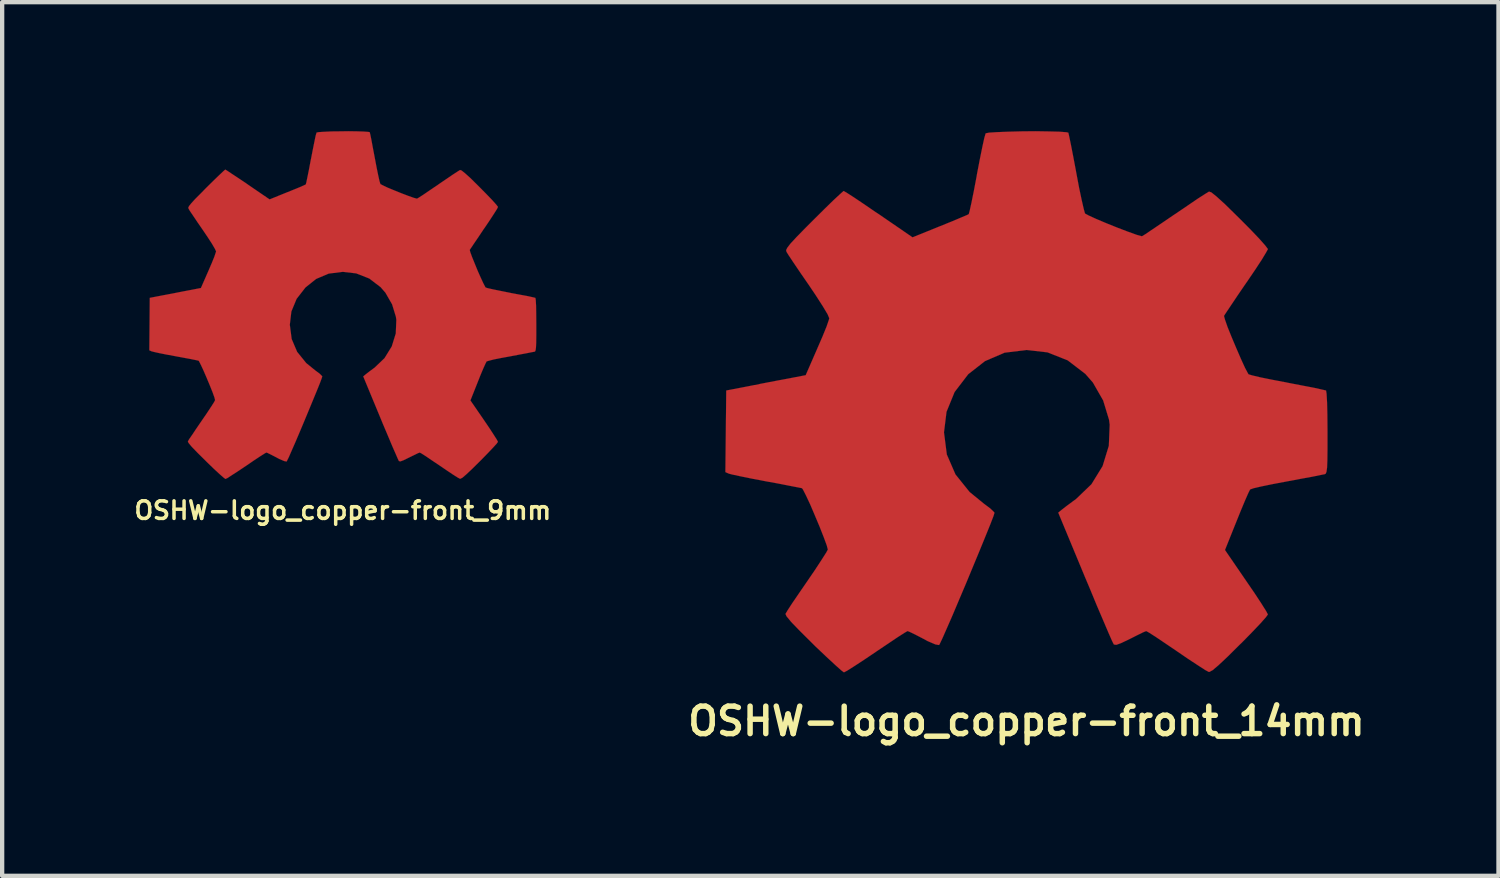
<source format=kicad_pcb>
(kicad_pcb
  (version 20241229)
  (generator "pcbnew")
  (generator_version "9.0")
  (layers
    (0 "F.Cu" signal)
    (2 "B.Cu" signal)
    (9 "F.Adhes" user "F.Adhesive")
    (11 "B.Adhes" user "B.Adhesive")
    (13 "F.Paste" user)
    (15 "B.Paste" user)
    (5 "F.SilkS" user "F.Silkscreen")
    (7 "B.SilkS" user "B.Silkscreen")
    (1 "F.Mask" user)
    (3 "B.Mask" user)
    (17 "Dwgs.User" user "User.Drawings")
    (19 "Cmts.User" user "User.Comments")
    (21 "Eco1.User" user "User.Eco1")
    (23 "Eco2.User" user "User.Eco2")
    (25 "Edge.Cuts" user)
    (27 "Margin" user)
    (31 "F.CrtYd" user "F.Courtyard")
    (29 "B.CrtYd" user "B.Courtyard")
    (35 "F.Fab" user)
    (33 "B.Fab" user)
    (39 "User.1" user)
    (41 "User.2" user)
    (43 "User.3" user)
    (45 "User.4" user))
  (footprint "OSHW-logo_copper-front_9mm"
    (layer "F.Cu")
    (at 4.92 4.045)
    (property "Reference" "OSHW-logo_copper-front_9mm" (at 0 4.773 0) (layer "F.SilkS") (effects (font (size 0.409 0.409) (thickness 0.081))))
    (attr through_hole)
    (fp_poly (pts (xy -2.728 4.041) (xy -2.68 4.018) (xy -2.576 3.95) (xy -2.426 3.853) (xy -2.248 3.734) (xy -2.07 3.612) (xy -1.923 3.515) (xy -1.819 3.449) (xy -1.778 3.426) (xy -1.753 3.434) (xy -1.669 3.475) (xy -1.547 3.538) (xy -1.476 3.576) (xy -1.361 3.625) (xy -1.306 3.635) (xy -1.298 3.619) (xy -1.255 3.533) (xy -1.191 3.386) (xy -1.105 3.19) (xy -1.008 2.962) (xy -0.904 2.715) (xy -0.8 2.464) (xy -0.701 2.225) (xy -0.612 2.009) (xy -0.541 1.834) (xy -0.495 1.712) (xy -0.478 1.659) (xy -0.483 1.648) (xy -0.538 1.593) (xy -0.638 1.519) (xy -0.851 1.346) (xy -1.062 1.085) (xy -1.189 0.787) (xy -1.232 0.455) (xy -1.196 0.147) (xy -1.074 -0.147) (xy -0.869 -0.411) (xy -0.62 -0.61) (xy -0.328 -0.734) (xy 0 -0.775) (xy 0.312 -0.739) (xy 0.615 -0.62) (xy 0.879 -0.419) (xy 0.991 -0.29) (xy 1.146 -0.02) (xy 1.234 0.267) (xy 1.245 0.34) (xy 1.232 0.658) (xy 1.138 0.96) (xy 0.97 1.232) (xy 0.739 1.453) (xy 0.711 1.473) (xy 0.602 1.554) (xy 0.531 1.61) (xy 0.475 1.656) (xy 0.876 2.624) (xy 0.94 2.779) (xy 1.052 3.043) (xy 1.148 3.272) (xy 1.227 3.452) (xy 1.28 3.574) (xy 1.303 3.622) (xy 1.306 3.625) (xy 1.341 3.632) (xy 1.415 3.604) (xy 1.549 3.538) (xy 1.641 3.493) (xy 1.742 3.444) (xy 1.788 3.426) (xy 1.829 3.447) (xy 1.928 3.51) (xy 2.07 3.607) (xy 2.245 3.724) (xy 2.408 3.835) (xy 2.56 3.937) (xy 2.672 4.008) (xy 2.725 4.036) (xy 2.733 4.036) (xy 2.781 4.011) (xy 2.868 3.937) (xy 3 3.813) (xy 3.188 3.627) (xy 3.216 3.599) (xy 3.368 3.444) (xy 3.493 3.312) (xy 3.576 3.221) (xy 3.607 3.178) (xy 3.579 3.124) (xy 3.51 3.015) (xy 3.409 2.86) (xy 3.287 2.68) (xy 2.967 2.215) (xy 3.142 1.775) (xy 3.195 1.641) (xy 3.264 1.476) (xy 3.317 1.359) (xy 3.343 1.308) (xy 3.391 1.293) (xy 3.51 1.262) (xy 3.686 1.227) (xy 3.894 1.189) (xy 4.092 1.151) (xy 4.27 1.118) (xy 4.399 1.092) (xy 4.458 1.082) (xy 4.473 1.072) (xy 4.483 1.044) (xy 4.491 0.983) (xy 4.496 0.874) (xy 4.498 0.704) (xy 4.498 0.455) (xy 4.498 0.429) (xy 4.496 0.191) (xy 4.493 0.003) (xy 4.486 -0.119) (xy 4.478 -0.168) (xy 4.475 -0.17) (xy 4.422 -0.183) (xy 4.295 -0.211) (xy 4.115 -0.244) (xy 3.901 -0.284) (xy 3.889 -0.287) (xy 3.675 -0.33) (xy 3.498 -0.366) (xy 3.373 -0.394) (xy 3.32 -0.411) (xy 3.31 -0.427) (xy 3.266 -0.511) (xy 3.205 -0.643) (xy 3.134 -0.803) (xy 3.066 -0.97) (xy 3.005 -1.12) (xy 2.964 -1.232) (xy 2.951 -1.283) (xy 2.951 -1.285) (xy 2.985 -1.336) (xy 3.058 -1.445) (xy 3.162 -1.598) (xy 3.284 -1.781) (xy 3.294 -1.793) (xy 3.416 -1.974) (xy 3.515 -2.126) (xy 3.584 -2.235) (xy 3.607 -2.283) (xy 3.607 -2.286) (xy 3.566 -2.339) (xy 3.475 -2.441) (xy 3.343 -2.578) (xy 3.185 -2.738) (xy 3.137 -2.786) (xy 2.962 -2.959) (xy 2.84 -3.068) (xy 2.764 -3.129) (xy 2.728 -3.142) (xy 2.725 -3.142) (xy 2.672 -3.109) (xy 2.558 -3.035) (xy 2.405 -2.931) (xy 2.223 -2.807) (xy 2.21 -2.797) (xy 2.029 -2.675) (xy 1.88 -2.573) (xy 1.773 -2.504) (xy 1.727 -2.477) (xy 1.717 -2.477) (xy 1.646 -2.497) (xy 1.516 -2.543) (xy 1.359 -2.603) (xy 1.194 -2.67) (xy 1.041 -2.733) (xy 0.93 -2.786) (xy 0.876 -2.814) (xy 0.874 -2.817) (xy 0.853 -2.883) (xy 0.823 -3.018) (xy 0.785 -3.203) (xy 0.744 -3.421) (xy 0.737 -3.457) (xy 0.696 -3.673) (xy 0.663 -3.851) (xy 0.638 -3.973) (xy 0.625 -4.023) (xy 0.594 -4.028) (xy 0.488 -4.036) (xy 0.33 -4.041) (xy 0.135 -4.044) (xy -0.069 -4.041) (xy -0.267 -4.039) (xy -0.437 -4.031) (xy -0.559 -4.023) (xy -0.61 -4.013) (xy -0.61 -4.011) (xy -0.63 -3.945) (xy -0.658 -3.81) (xy -0.696 -3.622) (xy -0.739 -3.401) (xy -0.747 -3.363) (xy -0.787 -3.15) (xy -0.823 -2.974) (xy -0.848 -2.852) (xy -0.861 -2.807) (xy -0.881 -2.797) (xy -0.97 -2.756) (xy -1.113 -2.697) (xy -1.29 -2.626) (xy -1.702 -2.459) (xy -2.207 -2.804) (xy -2.253 -2.837) (xy -2.436 -2.959) (xy -2.586 -3.058) (xy -2.69 -3.127) (xy -2.731 -3.152) (xy -2.736 -3.15) (xy -2.786 -3.106) (xy -2.885 -3.012) (xy -3.023 -2.878) (xy -3.183 -2.72) (xy -3.299 -2.601) (xy -3.439 -2.461) (xy -3.526 -2.365) (xy -3.574 -2.304) (xy -3.592 -2.268) (xy -3.586 -2.243) (xy -3.556 -2.192) (xy -3.48 -2.08) (xy -3.376 -1.925) (xy -3.254 -1.748) (xy -3.152 -1.598) (xy -3.043 -1.43) (xy -2.972 -1.308) (xy -2.946 -1.25) (xy -2.954 -1.224) (xy -2.987 -1.125) (xy -3.048 -0.975) (xy -3.124 -0.798) (xy -3.299 -0.399) (xy -3.561 -0.348) (xy -3.721 -0.318) (xy -3.942 -0.274) (xy -4.155 -0.234) (xy -4.488 -0.17) (xy -4.498 1.049) (xy -4.448 1.072) (xy -4.399 1.085) (xy -4.275 1.113) (xy -4.1 1.148) (xy -3.894 1.186) (xy -3.716 1.219) (xy -3.538 1.252) (xy -3.411 1.278) (xy -3.355 1.29) (xy -3.34 1.308) (xy -3.297 1.394) (xy -3.233 1.532) (xy -3.162 1.697) (xy -3.091 1.867) (xy -3.028 2.024) (xy -2.985 2.144) (xy -2.969 2.207) (xy -2.992 2.253) (xy -3.058 2.357) (xy -3.157 2.507) (xy -3.279 2.685) (xy -3.399 2.86) (xy -3.5 3.012) (xy -3.574 3.119) (xy -3.602 3.17) (xy -3.586 3.203) (xy -3.515 3.289) (xy -3.383 3.426) (xy -3.185 3.622) (xy -3.152 3.655) (xy -2.995 3.807) (xy -2.863 3.929) (xy -2.769 4.011) (xy -2.728 4.041)) (stroke (width 0.003) (type solid)) (fill yes) (layer "F.Cu")))
  (footprint "OSHW-logo_copper-front_14mm"
    (layer "F.Cu")
    (at 20.815 6.293)
    (property "Reference" "OSHW-logo_copper-front_14mm" (at 0 7.424 0) (layer "F.SilkS") (effects (font (size 0.638 0.638) (thickness 0.127))))
    (attr through_hole)
    (fp_poly (pts (xy -4.244 6.289) (xy -4.171 6.251) (xy -4.006 6.147) (xy -3.772 5.994) (xy -3.498 5.809) (xy -3.218 5.621) (xy -2.992 5.469) (xy -2.832 5.367) (xy -2.766 5.329) (xy -2.728 5.342) (xy -2.596 5.405) (xy -2.405 5.504) (xy -2.296 5.563) (xy -2.118 5.639) (xy -2.032 5.654) (xy -2.017 5.629) (xy -1.953 5.494) (xy -1.852 5.265) (xy -1.72 4.963) (xy -1.57 4.608) (xy -1.407 4.224) (xy -1.245 3.833) (xy -1.09 3.459) (xy -0.953 3.124) (xy -0.843 2.852) (xy -0.77 2.664) (xy -0.744 2.581) (xy -0.752 2.565) (xy -0.841 2.479) (xy -0.993 2.365) (xy -1.323 2.095) (xy -1.651 1.687) (xy -1.852 1.224) (xy -1.918 0.709) (xy -1.859 0.231) (xy -1.671 -0.229) (xy -1.354 -0.643) (xy -0.965 -0.947) (xy -0.511 -1.143) (xy 0 -1.206) (xy 0.488 -1.151) (xy 0.958 -0.965) (xy 1.369 -0.65) (xy 1.544 -0.45) (xy 1.783 -0.033) (xy 1.92 0.417) (xy 1.935 0.531) (xy 1.915 1.021) (xy 1.77 1.494) (xy 1.511 1.915) (xy 1.151 2.261) (xy 1.105 2.294) (xy 0.937 2.418) (xy 0.826 2.504) (xy 0.739 2.576) (xy 1.364 4.082) (xy 1.466 4.323) (xy 1.636 4.735) (xy 1.788 5.09) (xy 1.908 5.372) (xy 1.991 5.56) (xy 2.029 5.636) (xy 2.032 5.641) (xy 2.088 5.649) (xy 2.202 5.608) (xy 2.413 5.507) (xy 2.553 5.436) (xy 2.713 5.357) (xy 2.784 5.329) (xy 2.845 5.362) (xy 3 5.461) (xy 3.223 5.611) (xy 3.493 5.794) (xy 3.749 5.969) (xy 3.985 6.124) (xy 4.158 6.236) (xy 4.239 6.279) (xy 4.252 6.279) (xy 4.328 6.238) (xy 4.463 6.124) (xy 4.669 5.931) (xy 4.958 5.644) (xy 5.004 5.601) (xy 5.243 5.357) (xy 5.436 5.154) (xy 5.565 5.009) (xy 5.613 4.943) (xy 5.57 4.862) (xy 5.461 4.689) (xy 5.304 4.45) (xy 5.113 4.171) (xy 4.615 3.444) (xy 4.889 2.761) (xy 4.973 2.553) (xy 5.08 2.296) (xy 5.159 2.116) (xy 5.199 2.037) (xy 5.276 2.009) (xy 5.461 1.966) (xy 5.733 1.91) (xy 6.058 1.849) (xy 6.365 1.791) (xy 6.645 1.74) (xy 6.845 1.699) (xy 6.937 1.681) (xy 6.957 1.669) (xy 6.975 1.626) (xy 6.988 1.532) (xy 6.995 1.361) (xy 6.998 1.095) (xy 6.998 0.709) (xy 6.998 0.668) (xy 6.995 0.297) (xy 6.988 0.005) (xy 6.977 -0.188) (xy 6.965 -0.264) (xy 6.878 -0.284) (xy 6.68 -0.328) (xy 6.403 -0.381) (xy 6.071 -0.445) (xy 6.05 -0.45) (xy 5.718 -0.513) (xy 5.441 -0.569) (xy 5.248 -0.615) (xy 5.164 -0.64) (xy 5.149 -0.663) (xy 5.08 -0.792) (xy 4.986 -0.998) (xy 4.877 -1.25) (xy 4.768 -1.509) (xy 4.674 -1.742) (xy 4.613 -1.918) (xy 4.592 -1.996) (xy 4.592 -1.999) (xy 4.643 -2.078) (xy 4.757 -2.248) (xy 4.917 -2.487) (xy 5.11 -2.769) (xy 5.126 -2.791) (xy 5.316 -3.071) (xy 5.471 -3.307) (xy 5.573 -3.477) (xy 5.613 -3.551) (xy 5.611 -3.556) (xy 5.547 -3.64) (xy 5.405 -3.8) (xy 5.202 -4.013) (xy 4.956 -4.26) (xy 4.879 -4.336) (xy 4.608 -4.602) (xy 4.417 -4.775) (xy 4.3 -4.869) (xy 4.244 -4.889) (xy 4.242 -4.887) (xy 4.158 -4.836) (xy 3.98 -4.722) (xy 3.741 -4.559) (xy 3.457 -4.366) (xy 3.437 -4.354) (xy 3.157 -4.163) (xy 2.924 -4.006) (xy 2.758 -3.894) (xy 2.687 -3.851) (xy 2.675 -3.851) (xy 2.56 -3.884) (xy 2.362 -3.955) (xy 2.116 -4.049) (xy 1.857 -4.153) (xy 1.623 -4.252) (xy 1.445 -4.333) (xy 1.361 -4.379) (xy 1.359 -4.384) (xy 1.331 -4.486) (xy 1.283 -4.694) (xy 1.222 -4.983) (xy 1.158 -5.324) (xy 1.148 -5.38) (xy 1.085 -5.712) (xy 1.031 -5.989) (xy 0.991 -6.18) (xy 0.973 -6.259) (xy 0.925 -6.269) (xy 0.762 -6.281) (xy 0.513 -6.287) (xy 0.211 -6.292) (xy -0.107 -6.289) (xy -0.417 -6.281) (xy -0.681 -6.271) (xy -0.869 -6.259) (xy -0.947 -6.243) (xy -0.95 -6.238) (xy -0.98 -6.137) (xy -1.026 -5.926) (xy -1.085 -5.636) (xy -1.151 -5.293) (xy -1.161 -5.232) (xy -1.224 -4.9) (xy -1.28 -4.625) (xy -1.321 -4.44) (xy -1.341 -4.366) (xy -1.372 -4.348) (xy -1.509 -4.29) (xy -1.732 -4.196) (xy -2.009 -4.084) (xy -2.649 -3.825) (xy -3.434 -4.364) (xy -3.508 -4.412) (xy -3.79 -4.605) (xy -4.021 -4.76) (xy -4.183 -4.864) (xy -4.249 -4.902) (xy -4.255 -4.9) (xy -4.333 -4.831) (xy -4.491 -4.684) (xy -4.702 -4.478) (xy -4.95 -4.232) (xy -5.133 -4.049) (xy -5.349 -3.828) (xy -5.486 -3.68) (xy -5.56 -3.584) (xy -5.588 -3.528) (xy -5.58 -3.49) (xy -5.53 -3.409) (xy -5.415 -3.236) (xy -5.253 -2.997) (xy -5.062 -2.72) (xy -4.905 -2.487) (xy -4.735 -2.223) (xy -4.623 -2.035) (xy -4.585 -1.943) (xy -4.595 -1.905) (xy -4.648 -1.75) (xy -4.742 -1.519) (xy -4.862 -1.242) (xy -5.133 -0.62) (xy -5.542 -0.541) (xy -5.789 -0.495) (xy -6.134 -0.429) (xy -6.464 -0.363) (xy -6.98 -0.264) (xy -7 1.633) (xy -6.919 1.669) (xy -6.843 1.689) (xy -6.652 1.73) (xy -6.378 1.786) (xy -6.058 1.847) (xy -5.781 1.897) (xy -5.507 1.951) (xy -5.309 1.989) (xy -5.22 2.007) (xy -5.197 2.037) (xy -5.128 2.172) (xy -5.029 2.383) (xy -4.92 2.639) (xy -4.808 2.906) (xy -4.712 3.15) (xy -4.643 3.338) (xy -4.618 3.434) (xy -4.656 3.505) (xy -4.76 3.668) (xy -4.912 3.901) (xy -5.1 4.176) (xy -5.288 4.45) (xy -5.448 4.684) (xy -5.558 4.854) (xy -5.603 4.93) (xy -5.58 4.983) (xy -5.471 5.116) (xy -5.263 5.331) (xy -4.956 5.636) (xy -4.905 5.687) (xy -4.658 5.921) (xy -4.453 6.111) (xy -4.308 6.241) (xy -4.244 6.289)) (stroke (width 0.003) (type solid)) (fill yes) (layer "F.Cu")))
  (gr_rect
    (start -3 -3)
    (end 31.789 17.313)
    (stroke (width 0.1) (type default))
    (fill no)
    (layer "Edge.Cuts")))
</source>
